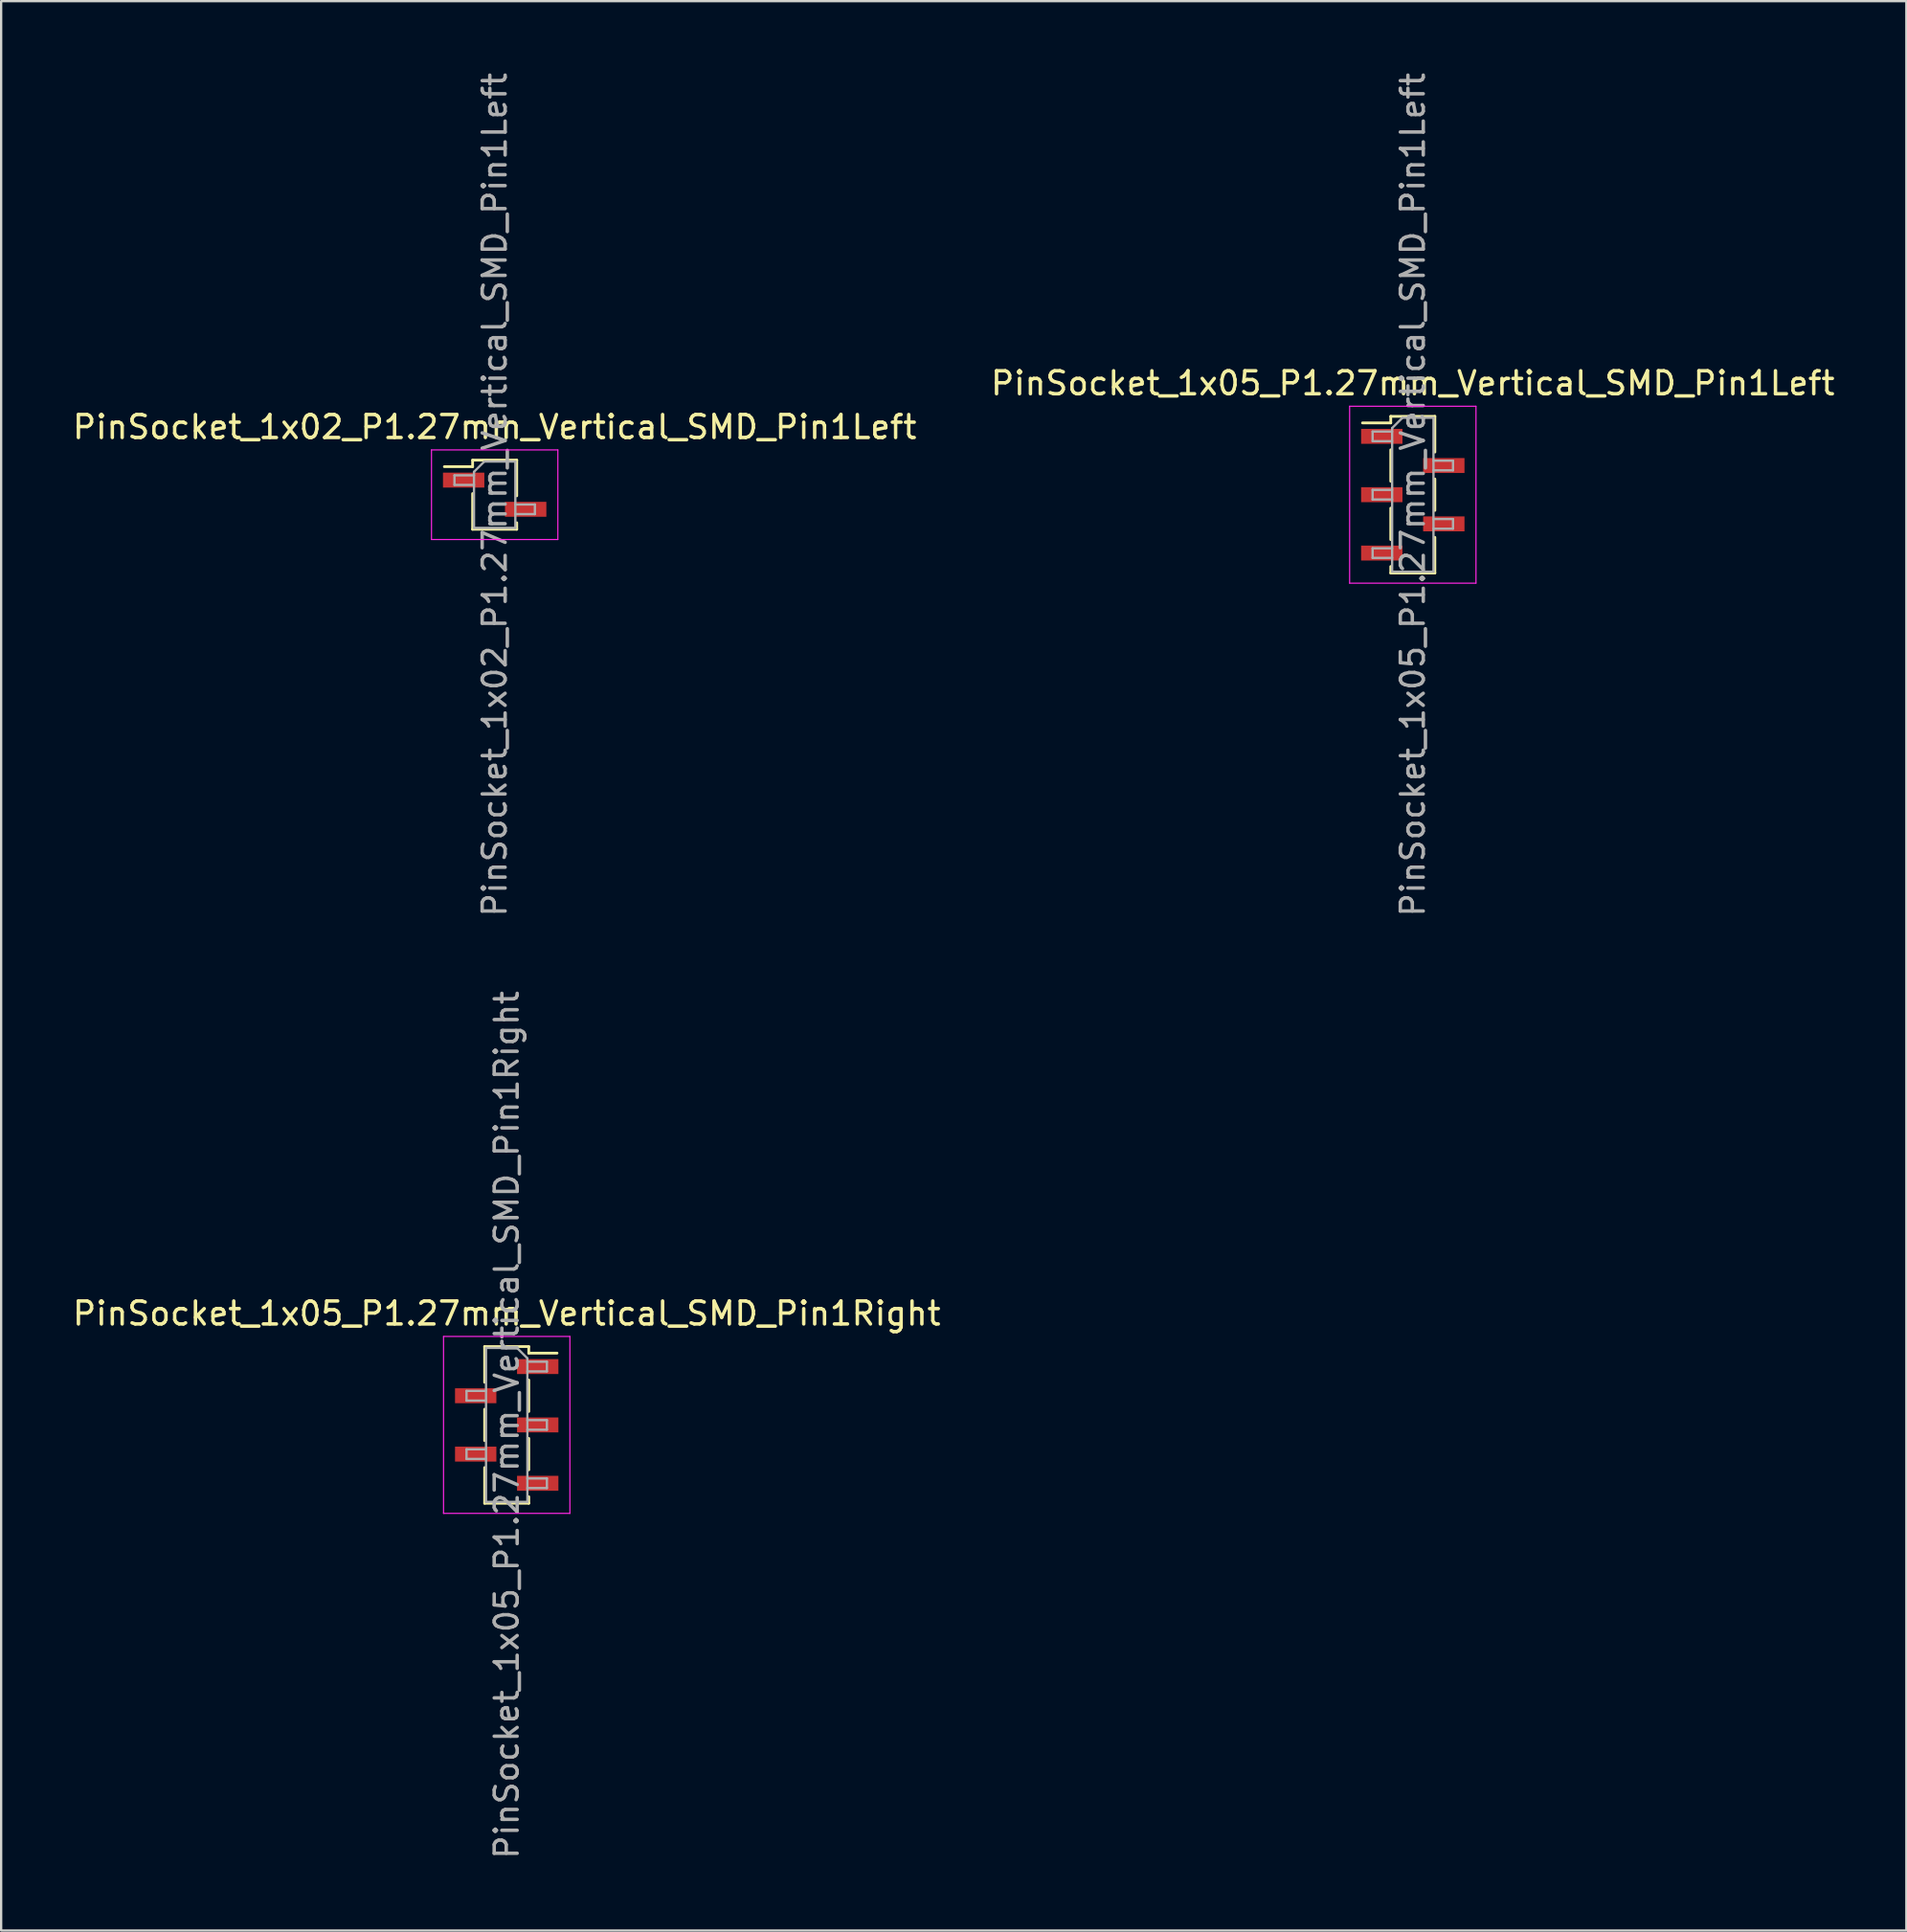
<source format=kicad_pcb>
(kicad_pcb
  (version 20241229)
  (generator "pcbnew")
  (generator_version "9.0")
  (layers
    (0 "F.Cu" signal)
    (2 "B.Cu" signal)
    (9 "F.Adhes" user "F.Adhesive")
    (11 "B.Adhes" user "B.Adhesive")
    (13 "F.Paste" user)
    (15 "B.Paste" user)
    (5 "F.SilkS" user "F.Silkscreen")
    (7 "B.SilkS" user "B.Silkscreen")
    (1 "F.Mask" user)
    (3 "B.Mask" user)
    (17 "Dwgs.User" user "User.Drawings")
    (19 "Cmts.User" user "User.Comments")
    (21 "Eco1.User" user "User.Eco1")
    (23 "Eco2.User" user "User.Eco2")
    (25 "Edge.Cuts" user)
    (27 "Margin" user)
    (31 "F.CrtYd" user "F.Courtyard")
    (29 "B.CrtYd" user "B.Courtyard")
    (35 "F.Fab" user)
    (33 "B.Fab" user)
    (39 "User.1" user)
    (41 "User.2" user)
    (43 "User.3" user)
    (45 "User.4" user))
  (footprint "PinSocket_1x02_P1.27mm_Vertical_SMD_Pin1Left"
    (layer "F.Cu")
    (at 18.482 18.482)
    (property "Reference" "PinSocket_1x02_P1.27mm_Vertical_SMD_Pin1Left" (at 0 -2.945 0) (layer "F.SilkS") (effects (font (size 1 1) (thickness 0.15))))
    (attr smd)
    (fp_line (start -2.19 -1.22) (end -0.96 -1.22) (stroke (width 0.12) (type solid)) (layer "F.SilkS"))
    (fp_line (start -0.96 -1.505) (end -0.96 -1.22) (stroke (width 0.12) (type solid)) (layer "F.SilkS"))
    (fp_line (start -0.96 -1.505) (end 0.96 -1.505) (stroke (width 0.12) (type solid)) (layer "F.SilkS"))
    (fp_line (start -0.96 -0.05) (end -0.96 1.505) (stroke (width 0.12) (type solid)) (layer "F.SilkS"))
    (fp_line (start -0.96 1.505) (end 0.96 1.505) (stroke (width 0.12) (type solid)) (layer "F.SilkS"))
    (fp_line (start 0.96 -1.505) (end 0.96 0.05) (stroke (width 0.12) (type solid)) (layer "F.SilkS"))
    (fp_line (start 0.96 1.22) (end 0.96 1.505) (stroke (width 0.12) (type solid)) (layer "F.SilkS"))
    (fp_line (start -2.75 -1.95) (end 2.75 -1.95) (stroke (width 0.05) (type solid)) (layer "F.CrtYd"))
    (fp_line (start -2.75 1.95) (end -2.75 -1.95) (stroke (width 0.05) (type solid)) (layer "F.CrtYd"))
    (fp_line (start 2.75 -1.95) (end 2.75 1.95) (stroke (width 0.05) (type solid)) (layer "F.CrtYd"))
    (fp_line (start 2.75 1.95) (end -2.75 1.95) (stroke (width 0.05) (type solid)) (layer "F.CrtYd"))
    (fp_line (start -1.75 -0.845) (end -0.9 -0.845) (stroke (width 0.1) (type solid)) (layer "F.Fab"))
    (fp_line (start -1.75 -0.425) (end -1.75 -0.845) (stroke (width 0.1) (type solid)) (layer "F.Fab"))
    (fp_line (start -0.9 -0.995) (end -0.45 -1.445) (stroke (width 0.1) (type solid)) (layer "F.Fab"))
    (fp_line (start -0.9 -0.425) (end -1.75 -0.425) (stroke (width 0.1) (type solid)) (layer "F.Fab"))
    (fp_line (start -0.9 1.445) (end -0.9 -0.995) (stroke (width 0.1) (type solid)) (layer "F.Fab"))
    (fp_line (start -0.45 -1.445) (end 0.9 -1.445) (stroke (width 0.1) (type solid)) (layer "F.Fab"))
    (fp_line (start 0.9 -1.445) (end 0.9 1.445) (stroke (width 0.1) (type solid)) (layer "F.Fab"))
    (fp_line (start 0.9 0.425) (end 1.75 0.425) (stroke (width 0.1) (type solid)) (layer "F.Fab"))
    (fp_line (start 0.9 1.445) (end -0.9 1.445) (stroke (width 0.1) (type solid)) (layer "F.Fab"))
    (fp_line (start 1.75 0.425) (end 1.75 0.845) (stroke (width 0.1) (type solid)) (layer "F.Fab"))
    (fp_line (start 1.75 0.845) (end 0.9 0.845) (stroke (width 0.1) (type solid)) (layer "F.Fab"))
    (fp_text user "${REFERENCE}" (at 0 0 90) (layer "F.Fab") (effects (font (size 1 1) (thickness 0.15))))
    (pad "1" smd rect (at -1.35 -0.635) (size 1.8 0.65) (layers "F.Cu" "F.Mask" "F.Paste"))
    (pad "2" smd rect (at 1.35 0.635) (size 1.8 0.65) (layers "F.Cu" "F.Mask" "F.Paste")))
  (footprint "PinSocket_1x05_P1.27mm_Vertical_SMD_Pin1Right"
    (layer "F.Cu")
    (at 19.006 58.97)
    (property "Reference" "PinSocket_1x05_P1.27mm_Vertical_SMD_Pin1Right" (at 0 -4.85 0) (layer "F.SilkS") (effects (font (size 1 1) (thickness 0.15))))
    (attr smd)
    (fp_line (start -0.96 -3.41) (end -0.96 -1.855) (stroke (width 0.12) (type solid)) (layer "F.SilkS"))
    (fp_line (start -0.96 -3.41) (end 0.96 -3.41) (stroke (width 0.12) (type solid)) (layer "F.SilkS"))
    (fp_line (start -0.96 -0.685) (end -0.96 0.685) (stroke (width 0.12) (type solid)) (layer "F.SilkS"))
    (fp_line (start -0.96 1.855) (end -0.96 3.41) (stroke (width 0.12) (type solid)) (layer "F.SilkS"))
    (fp_line (start -0.96 3.41) (end 0.96 3.41) (stroke (width 0.12) (type solid)) (layer "F.SilkS"))
    (fp_line (start 0.96 -3.41) (end 0.96 -3.125) (stroke (width 0.12) (type solid)) (layer "F.SilkS"))
    (fp_line (start 0.96 -3.125) (end 2.19 -3.125) (stroke (width 0.12) (type solid)) (layer "F.SilkS"))
    (fp_line (start 0.96 -1.955) (end 0.96 -0.585) (stroke (width 0.12) (type solid)) (layer "F.SilkS"))
    (fp_line (start 0.96 0.585) (end 0.96 1.955) (stroke (width 0.12) (type solid)) (layer "F.SilkS"))
    (fp_line (start 0.96 3.125) (end 0.96 3.41) (stroke (width 0.12) (type solid)) (layer "F.SilkS"))
    (fp_line (start -2.75 -3.85) (end 2.75 -3.85) (stroke (width 0.05) (type solid)) (layer "F.CrtYd"))
    (fp_line (start -2.75 3.85) (end -2.75 -3.85) (stroke (width 0.05) (type solid)) (layer "F.CrtYd"))
    (fp_line (start 2.75 -3.85) (end 2.75 3.85) (stroke (width 0.05) (type solid)) (layer "F.CrtYd"))
    (fp_line (start 2.75 3.85) (end -2.75 3.85) (stroke (width 0.05) (type solid)) (layer "F.CrtYd"))
    (fp_line (start -1.75 -1.48) (end -0.9 -1.48) (stroke (width 0.1) (type solid)) (layer "F.Fab"))
    (fp_line (start -1.75 -1.06) (end -1.75 -1.48) (stroke (width 0.1) (type solid)) (layer "F.Fab"))
    (fp_line (start -1.75 1.06) (end -0.9 1.06) (stroke (width 0.1) (type solid)) (layer "F.Fab"))
    (fp_line (start -1.75 1.48) (end -1.75 1.06) (stroke (width 0.1) (type solid)) (layer "F.Fab"))
    (fp_line (start -0.9 -3.35) (end 0.45 -3.35) (stroke (width 0.1) (type solid)) (layer "F.Fab"))
    (fp_line (start -0.9 -1.06) (end -1.75 -1.06) (stroke (width 0.1) (type solid)) (layer "F.Fab"))
    (fp_line (start -0.9 1.48) (end -1.75 1.48) (stroke (width 0.1) (type solid)) (layer "F.Fab"))
    (fp_line (start -0.9 3.35) (end -0.9 -3.35) (stroke (width 0.1) (type solid)) (layer "F.Fab"))
    (fp_line (start 0.45 -3.35) (end 0.9 -2.9) (stroke (width 0.1) (type solid)) (layer "F.Fab"))
    (fp_line (start 0.9 -2.9) (end 0.9 3.35) (stroke (width 0.1) (type solid)) (layer "F.Fab"))
    (fp_line (start 0.9 -2.75) (end 1.75 -2.75) (stroke (width 0.1) (type solid)) (layer "F.Fab"))
    (fp_line (start 0.9 -0.21) (end 1.75 -0.21) (stroke (width 0.1) (type solid)) (layer "F.Fab"))
    (fp_line (start 0.9 2.33) (end 1.75 2.33) (stroke (width 0.1) (type solid)) (layer "F.Fab"))
    (fp_line (start 0.9 3.35) (end -0.9 3.35) (stroke (width 0.1) (type solid)) (layer "F.Fab"))
    (fp_line (start 1.75 -2.75) (end 1.75 -2.33) (stroke (width 0.1) (type solid)) (layer "F.Fab"))
    (fp_line (start 1.75 -2.33) (end 0.9 -2.33) (stroke (width 0.1) (type solid)) (layer "F.Fab"))
    (fp_line (start 1.75 -0.21) (end 1.75 0.21) (stroke (width 0.1) (type solid)) (layer "F.Fab"))
    (fp_line (start 1.75 0.21) (end 0.9 0.21) (stroke (width 0.1) (type solid)) (layer "F.Fab"))
    (fp_line (start 1.75 2.33) (end 1.75 2.75) (stroke (width 0.1) (type solid)) (layer "F.Fab"))
    (fp_line (start 1.75 2.75) (end 0.9 2.75) (stroke (width 0.1) (type solid)) (layer "F.Fab"))
    (fp_text user "${REFERENCE}" (at 0 0 90) (layer "F.Fab") (effects (font (size 1 1) (thickness 0.15))))
    (pad "1" smd rect (at 1.35 -2.54) (size 1.8 0.65) (layers "F.Cu" "F.Mask" "F.Paste"))
    (pad "2" smd rect (at -1.35 -1.27) (size 1.8 0.65) (layers "F.Cu" "F.Mask" "F.Paste"))
    (pad "3" smd rect (at 1.35 0) (size 1.8 0.65) (layers "F.Cu" "F.Mask" "F.Paste"))
    (pad "4" smd rect (at -1.35 1.27) (size 1.8 0.65) (layers "F.Cu" "F.Mask" "F.Paste"))
    (pad "5" smd rect (at 1.35 2.54) (size 1.8 0.65) (layers "F.Cu" "F.Mask" "F.Paste")))
  (footprint "PinSocket_1x05_P1.27mm_Vertical_SMD_Pin1Left"
    (layer "F.Cu")
    (at 58.446 18.482)
    (property "Reference" "PinSocket_1x05_P1.27mm_Vertical_SMD_Pin1Left" (at 0 -4.85 0) (layer "F.SilkS") (effects (font (size 1 1) (thickness 0.15))))
    (attr smd)
    (fp_line (start -2.19 -3.125) (end -0.96 -3.125) (stroke (width 0.12) (type solid)) (layer "F.SilkS"))
    (fp_line (start -0.96 -3.41) (end -0.96 -3.125) (stroke (width 0.12) (type solid)) (layer "F.SilkS"))
    (fp_line (start -0.96 -3.41) (end 0.96 -3.41) (stroke (width 0.12) (type solid)) (layer "F.SilkS"))
    (fp_line (start -0.96 -1.955) (end -0.96 -0.585) (stroke (width 0.12) (type solid)) (layer "F.SilkS"))
    (fp_line (start -0.96 0.585) (end -0.96 1.955) (stroke (width 0.12) (type solid)) (layer "F.SilkS"))
    (fp_line (start -0.96 3.125) (end -0.96 3.41) (stroke (width 0.12) (type solid)) (layer "F.SilkS"))
    (fp_line (start -0.96 3.41) (end 0.96 3.41) (stroke (width 0.12) (type solid)) (layer "F.SilkS"))
    (fp_line (start 0.96 -3.41) (end 0.96 -1.855) (stroke (width 0.12) (type solid)) (layer "F.SilkS"))
    (fp_line (start 0.96 -0.685) (end 0.96 0.685) (stroke (width 0.12) (type solid)) (layer "F.SilkS"))
    (fp_line (start 0.96 1.855) (end 0.96 3.41) (stroke (width 0.12) (type solid)) (layer "F.SilkS"))
    (fp_line (start -2.75 -3.85) (end 2.75 -3.85) (stroke (width 0.05) (type solid)) (layer "F.CrtYd"))
    (fp_line (start -2.75 3.85) (end -2.75 -3.85) (stroke (width 0.05) (type solid)) (layer "F.CrtYd"))
    (fp_line (start 2.75 -3.85) (end 2.75 3.85) (stroke (width 0.05) (type solid)) (layer "F.CrtYd"))
    (fp_line (start 2.75 3.85) (end -2.75 3.85) (stroke (width 0.05) (type solid)) (layer "F.CrtYd"))
    (fp_line (start -1.75 -2.75) (end -0.9 -2.75) (stroke (width 0.1) (type solid)) (layer "F.Fab"))
    (fp_line (start -1.75 -2.33) (end -1.75 -2.75) (stroke (width 0.1) (type solid)) (layer "F.Fab"))
    (fp_line (start -1.75 -0.21) (end -0.9 -0.21) (stroke (width 0.1) (type solid)) (layer "F.Fab"))
    (fp_line (start -1.75 0.21) (end -1.75 -0.21) (stroke (width 0.1) (type solid)) (layer "F.Fab"))
    (fp_line (start -1.75 2.33) (end -0.9 2.33) (stroke (width 0.1) (type solid)) (layer "F.Fab"))
    (fp_line (start -1.75 2.75) (end -1.75 2.33) (stroke (width 0.1) (type solid)) (layer "F.Fab"))
    (fp_line (start -0.9 -2.9) (end -0.45 -3.35) (stroke (width 0.1) (type solid)) (layer "F.Fab"))
    (fp_line (start -0.9 -2.33) (end -1.75 -2.33) (stroke (width 0.1) (type solid)) (layer "F.Fab"))
    (fp_line (start -0.9 0.21) (end -1.75 0.21) (stroke (width 0.1) (type solid)) (layer "F.Fab"))
    (fp_line (start -0.9 2.75) (end -1.75 2.75) (stroke (width 0.1) (type solid)) (layer "F.Fab"))
    (fp_line (start -0.9 3.35) (end -0.9 -2.9) (stroke (width 0.1) (type solid)) (layer "F.Fab"))
    (fp_line (start -0.45 -3.35) (end 0.9 -3.35) (stroke (width 0.1) (type solid)) (layer "F.Fab"))
    (fp_line (start 0.9 -3.35) (end 0.9 3.35) (stroke (width 0.1) (type solid)) (layer "F.Fab"))
    (fp_line (start 0.9 -1.48) (end 1.75 -1.48) (stroke (width 0.1) (type solid)) (layer "F.Fab"))
    (fp_line (start 0.9 1.06) (end 1.75 1.06) (stroke (width 0.1) (type solid)) (layer "F.Fab"))
    (fp_line (start 0.9 3.35) (end -0.9 3.35) (stroke (width 0.1) (type solid)) (layer "F.Fab"))
    (fp_line (start 1.75 -1.48) (end 1.75 -1.06) (stroke (width 0.1) (type solid)) (layer "F.Fab"))
    (fp_line (start 1.75 -1.06) (end 0.9 -1.06) (stroke (width 0.1) (type solid)) (layer "F.Fab"))
    (fp_line (start 1.75 1.06) (end 1.75 1.48) (stroke (width 0.1) (type solid)) (layer "F.Fab"))
    (fp_line (start 1.75 1.48) (end 0.9 1.48) (stroke (width 0.1) (type solid)) (layer "F.Fab"))
    (fp_text user "${REFERENCE}" (at 0 0 90) (layer "F.Fab") (effects (font (size 1 1) (thickness 0.15))))
    (pad "1" smd rect (at -1.35 -2.54) (size 1.8 0.65) (layers "F.Cu" "F.Mask" "F.Paste"))
    (pad "2" smd rect (at 1.35 -1.27) (size 1.8 0.65) (layers "F.Cu" "F.Mask" "F.Paste"))
    (pad "3" smd rect (at -1.35 0) (size 1.8 0.65) (layers "F.Cu" "F.Mask" "F.Paste"))
    (pad "4" smd rect (at 1.35 1.27) (size 1.8 0.65) (layers "F.Cu" "F.Mask" "F.Paste"))
    (pad "5" smd rect (at -1.35 2.54) (size 1.8 0.65) (layers "F.Cu" "F.Mask" "F.Paste")))
  (gr_rect
    (start -3 -3)
    (end 79.929 80.976)
    (stroke (width 0.1) (type default))
    (fill no)
    (layer "Edge.Cuts")))
</source>
